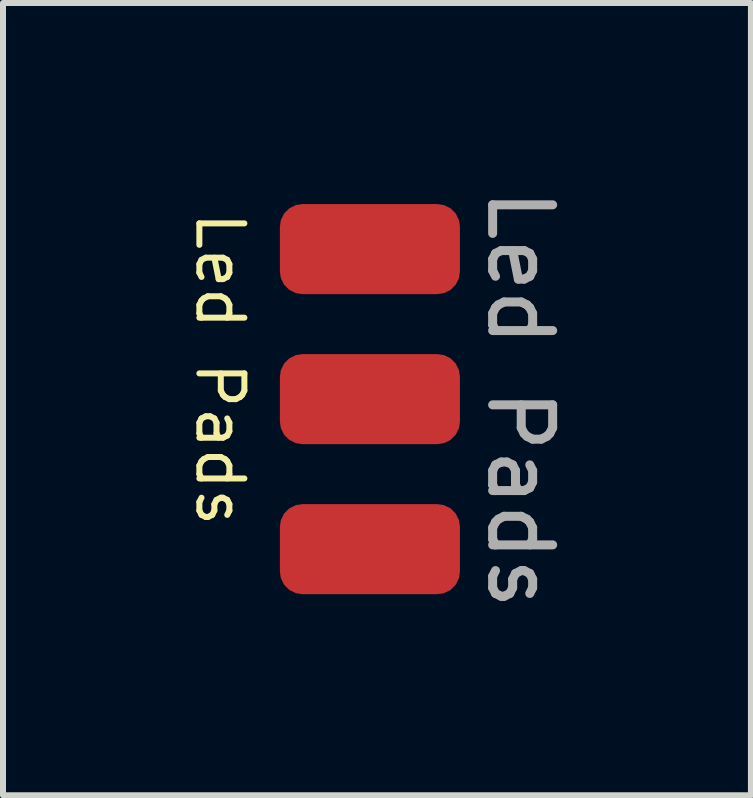
<source format=kicad_pcb>
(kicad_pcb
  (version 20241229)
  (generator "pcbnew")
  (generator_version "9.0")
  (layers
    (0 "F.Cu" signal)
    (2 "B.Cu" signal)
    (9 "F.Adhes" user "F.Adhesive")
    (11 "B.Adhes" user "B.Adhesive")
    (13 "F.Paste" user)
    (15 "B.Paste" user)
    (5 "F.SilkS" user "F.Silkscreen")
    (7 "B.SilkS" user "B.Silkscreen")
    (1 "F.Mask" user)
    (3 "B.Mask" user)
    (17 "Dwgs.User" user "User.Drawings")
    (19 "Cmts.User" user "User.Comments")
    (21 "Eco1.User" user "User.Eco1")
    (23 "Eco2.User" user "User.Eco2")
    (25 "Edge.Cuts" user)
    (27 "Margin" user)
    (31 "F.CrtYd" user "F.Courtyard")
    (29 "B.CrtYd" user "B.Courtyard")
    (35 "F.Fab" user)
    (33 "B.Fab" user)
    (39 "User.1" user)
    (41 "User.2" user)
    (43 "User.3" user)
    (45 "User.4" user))
  (footprint "Led Pads"
    (layer "F.Cu")
    (at 3.114 6.101)
    (property "Reference" "Led Pads" (at -2.5 -3 270) (unlocked yes) (layer "F.SilkS") (effects (font (size 0.75 0.75) (thickness 0.1))))
    (attr smd)
    (fp_text user "${REFERENCE}" (at 2.5 -2.5 270) (unlocked yes) (layer "F.Fab") (effects (font (size 1 1) (thickness 0.15))))
    (pad "1" smd roundrect (at 0 0) (size 3 1.5) (layers "F.Cu" "F.Mask" "F.Paste") (roundrect_rratio 0.25))
    (pad "2" smd roundrect (at 0 -2.5) (size 3 1.5) (layers "F.Cu" "F.Mask" "F.Paste") (roundrect_rratio 0.25))
    (pad "3" smd roundrect (at 0 -5) (size 3 1.5) (layers "F.Cu" "F.Mask" "F.Paste") (roundrect_rratio 0.25)))
  (gr_rect
    (start -3 -3)
    (end 9.463 10.202)
    (stroke (width 0.1) (type default))
    (fill no)
    (layer "Edge.Cuts")))
</source>
